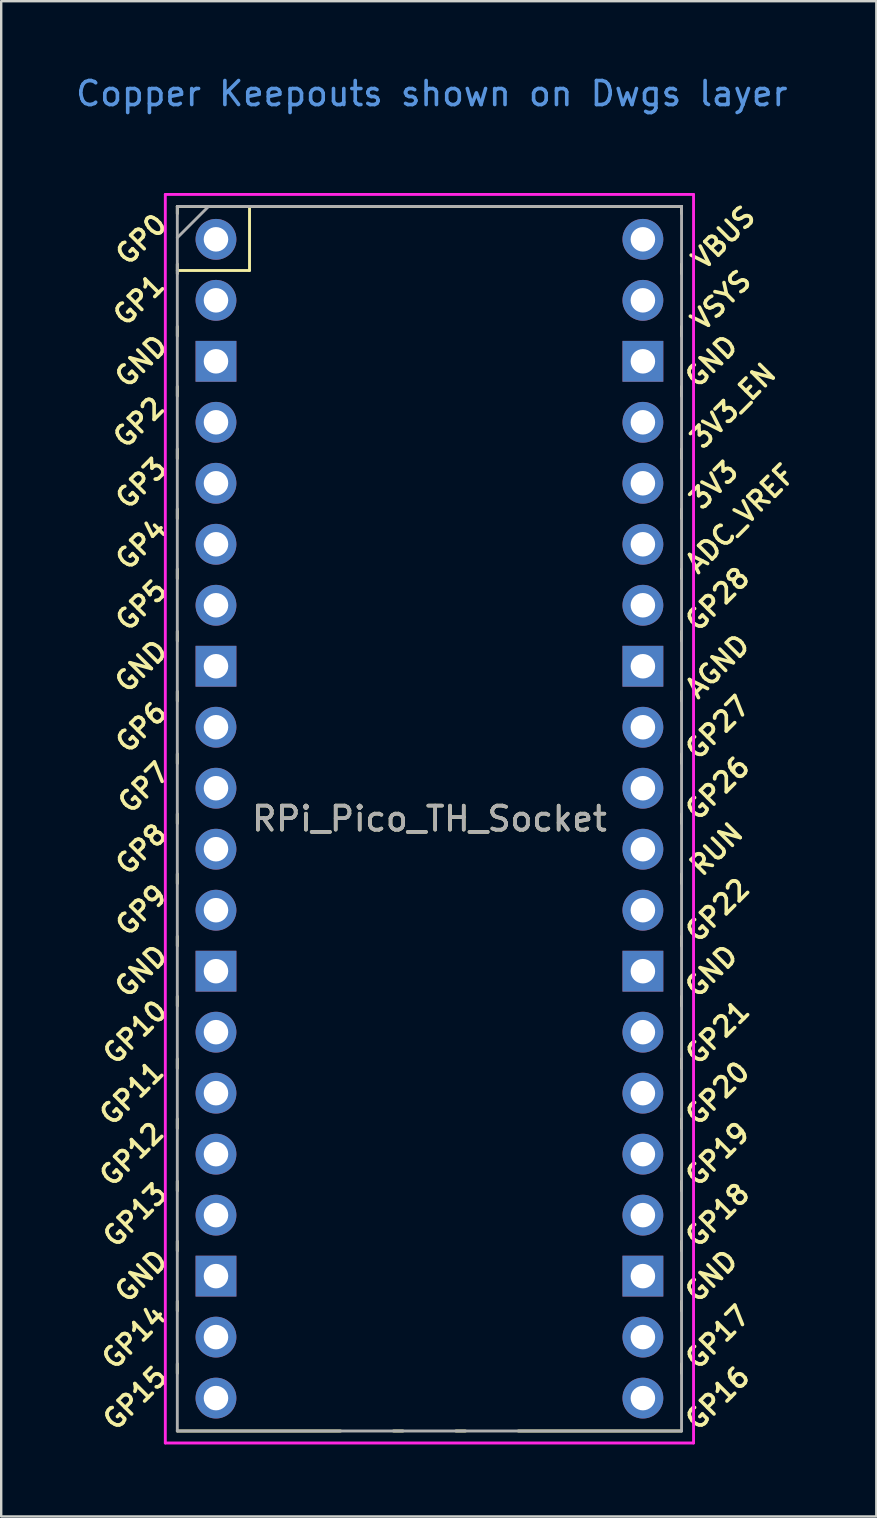
<source format=kicad_pcb>
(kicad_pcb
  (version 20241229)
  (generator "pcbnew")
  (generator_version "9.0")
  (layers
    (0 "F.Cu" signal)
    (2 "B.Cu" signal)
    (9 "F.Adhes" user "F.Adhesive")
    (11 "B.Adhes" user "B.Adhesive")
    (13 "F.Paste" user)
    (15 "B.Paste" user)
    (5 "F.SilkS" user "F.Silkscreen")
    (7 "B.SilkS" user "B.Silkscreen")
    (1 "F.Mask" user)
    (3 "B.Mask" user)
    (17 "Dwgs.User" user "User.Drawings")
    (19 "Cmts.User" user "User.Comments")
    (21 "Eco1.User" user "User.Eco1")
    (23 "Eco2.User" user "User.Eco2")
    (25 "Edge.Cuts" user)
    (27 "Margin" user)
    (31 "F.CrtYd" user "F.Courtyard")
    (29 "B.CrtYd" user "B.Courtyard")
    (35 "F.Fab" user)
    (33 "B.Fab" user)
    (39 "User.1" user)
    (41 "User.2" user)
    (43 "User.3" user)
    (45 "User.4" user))
  (footprint "RPi_Pico_TH_Socket"
    (layer "F.Cu")
    (at 14.835 31.048)
    (property "Reference" "RPi_Pico_TH_Socket" (at 0 0 0) (layer "F.SilkS") (effects (font (size 1 1) (thickness 0.15))))
    (fp_line (start -10.5 -25.5) (end -10.5 -25.2) (stroke (width 0.12) (type solid)) (layer "F.SilkS"))
    (fp_line (start -10.5 -25.5) (end 10.5 -25.5) (stroke (width 0.12) (type solid)) (layer "F.SilkS"))
    (fp_line (start -10.5 -23.1) (end -10.5 -22.7) (stroke (width 0.12) (type solid)) (layer "F.SilkS"))
    (fp_line (start -10.5 -22.833) (end -7.493 -22.833) (stroke (width 0.12) (type solid)) (layer "F.SilkS"))
    (fp_line (start -10.5 -20.5) (end -10.5 -20.1) (stroke (width 0.12) (type solid)) (layer "F.SilkS"))
    (fp_line (start -10.5 -18) (end -10.5 -17.6) (stroke (width 0.12) (type solid)) (layer "F.SilkS"))
    (fp_line (start -10.5 -15.4) (end -10.5 -15) (stroke (width 0.12) (type solid)) (layer "F.SilkS"))
    (fp_line (start -10.5 -12.9) (end -10.5 -12.5) (stroke (width 0.12) (type solid)) (layer "F.SilkS"))
    (fp_line (start -10.5 -10.4) (end -10.5 -10) (stroke (width 0.12) (type solid)) (layer "F.SilkS"))
    (fp_line (start -10.5 -7.8) (end -10.5 -7.4) (stroke (width 0.12) (type solid)) (layer "F.SilkS"))
    (fp_line (start -10.5 -5.3) (end -10.5 -4.9) (stroke (width 0.12) (type solid)) (layer "F.SilkS"))
    (fp_line (start -10.5 -2.7) (end -10.5 -2.3) (stroke (width 0.12) (type solid)) (layer "F.SilkS"))
    (fp_line (start -10.5 -0.2) (end -10.5 0.2) (stroke (width 0.12) (type solid)) (layer "F.SilkS"))
    (fp_line (start -10.5 2.3) (end -10.5 2.7) (stroke (width 0.12) (type solid)) (layer "F.SilkS"))
    (fp_line (start -10.5 4.9) (end -10.5 5.3) (stroke (width 0.12) (type solid)) (layer "F.SilkS"))
    (fp_line (start -10.5 7.4) (end -10.5 7.8) (stroke (width 0.12) (type solid)) (layer "F.SilkS"))
    (fp_line (start -10.5 10) (end -10.5 10.4) (stroke (width 0.12) (type solid)) (layer "F.SilkS"))
    (fp_line (start -10.5 12.5) (end -10.5 12.9) (stroke (width 0.12) (type solid)) (layer "F.SilkS"))
    (fp_line (start -10.5 15.1) (end -10.5 15.5) (stroke (width 0.12) (type solid)) (layer "F.SilkS"))
    (fp_line (start -10.5 17.6) (end -10.5 18) (stroke (width 0.12) (type solid)) (layer "F.SilkS"))
    (fp_line (start -10.5 20.1) (end -10.5 20.5) (stroke (width 0.12) (type solid)) (layer "F.SilkS"))
    (fp_line (start -10.5 22.7) (end -10.5 23.1) (stroke (width 0.12) (type solid)) (layer "F.SilkS"))
    (fp_line (start -7.493 -22.833) (end -7.493 -25.5) (stroke (width 0.12) (type solid)) (layer "F.SilkS"))
    (fp_line (start -3.7 25.5) (end -10.5 25.5) (stroke (width 0.12) (type solid)) (layer "F.SilkS"))
    (fp_line (start -1.5 25.5) (end -1.1 25.5) (stroke (width 0.12) (type solid)) (layer "F.SilkS"))
    (fp_line (start 1.1 25.5) (end 1.5 25.5) (stroke (width 0.12) (type solid)) (layer "F.SilkS"))
    (fp_line (start 10.5 -25.5) (end 10.5 -25.2) (stroke (width 0.12) (type solid)) (layer "F.SilkS"))
    (fp_line (start 10.5 -23.1) (end 10.5 -22.7) (stroke (width 0.12) (type solid)) (layer "F.SilkS"))
    (fp_line (start 10.5 -20.5) (end 10.5 -20.1) (stroke (width 0.12) (type solid)) (layer "F.SilkS"))
    (fp_line (start 10.5 -18) (end 10.5 -17.6) (stroke (width 0.12) (type solid)) (layer "F.SilkS"))
    (fp_line (start 10.5 -15.4) (end 10.5 -15) (stroke (width 0.12) (type solid)) (layer "F.SilkS"))
    (fp_line (start 10.5 -12.9) (end 10.5 -12.5) (stroke (width 0.12) (type solid)) (layer "F.SilkS"))
    (fp_line (start 10.5 -10.4) (end 10.5 -10) (stroke (width 0.12) (type solid)) (layer "F.SilkS"))
    (fp_line (start 10.5 -7.8) (end 10.5 -7.4) (stroke (width 0.12) (type solid)) (layer "F.SilkS"))
    (fp_line (start 10.5 -5.3) (end 10.5 -4.9) (stroke (width 0.12) (type solid)) (layer "F.SilkS"))
    (fp_line (start 10.5 -2.7) (end 10.5 -2.3) (stroke (width 0.12) (type solid)) (layer "F.SilkS"))
    (fp_line (start 10.5 -0.2) (end 10.5 0.2) (stroke (width 0.12) (type solid)) (layer "F.SilkS"))
    (fp_line (start 10.5 2.3) (end 10.5 2.7) (stroke (width 0.12) (type solid)) (layer "F.SilkS"))
    (fp_line (start 10.5 4.9) (end 10.5 5.3) (stroke (width 0.12) (type solid)) (layer "F.SilkS"))
    (fp_line (start 10.5 7.4) (end 10.5 7.8) (stroke (width 0.12) (type solid)) (layer "F.SilkS"))
    (fp_line (start 10.5 10) (end 10.5 10.4) (stroke (width 0.12) (type solid)) (layer "F.SilkS"))
    (fp_line (start 10.5 12.5) (end 10.5 12.9) (stroke (width 0.12) (type solid)) (layer "F.SilkS"))
    (fp_line (start 10.5 15.1) (end 10.5 15.5) (stroke (width 0.12) (type solid)) (layer "F.SilkS"))
    (fp_line (start 10.5 17.6) (end 10.5 18) (stroke (width 0.12) (type solid)) (layer "F.SilkS"))
    (fp_line (start 10.5 20.1) (end 10.5 20.5) (stroke (width 0.12) (type solid)) (layer "F.SilkS"))
    (fp_line (start 10.5 22.7) (end 10.5 23.1) (stroke (width 0.12) (type solid)) (layer "F.SilkS"))
    (fp_line (start 10.5 25.5) (end 3.7 25.5) (stroke (width 0.12) (type solid)) (layer "F.SilkS"))
    (fp_line (start -11 -26) (end 11 -26) (stroke (width 0.12) (type solid)) (layer "F.CrtYd"))
    (fp_line (start -11 26) (end -11 -26) (stroke (width 0.12) (type solid)) (layer "F.CrtYd"))
    (fp_line (start 11 -26) (end 11 26) (stroke (width 0.12) (type solid)) (layer "F.CrtYd"))
    (fp_line (start 11 26) (end -11 26) (stroke (width 0.12) (type solid)) (layer "F.CrtYd"))
    (fp_line (start -10.5 -25.5) (end 10.5 -25.5) (stroke (width 0.12) (type solid)) (layer "F.Fab"))
    (fp_line (start -10.5 -24.2) (end -9.2 -25.5) (stroke (width 0.12) (type solid)) (layer "F.Fab"))
    (fp_line (start -10.5 25.5) (end -10.5 -25.5) (stroke (width 0.12) (type solid)) (layer "F.Fab"))
    (fp_line (start 10.5 -25.5) (end 10.5 25.5) (stroke (width 0.12) (type solid)) (layer "F.Fab"))
    (fp_line (start 10.5 25.5) (end -10.5 25.5) (stroke (width 0.12) (type solid)) (layer "F.Fab"))
    (fp_text user "GND" (at -12 6.35 45) (layer "F.SilkS") (effects (font (size 0.8 0.8) (thickness 0.15))))
    (fp_text user "GP21" (at 12 8.9 45) (layer "F.SilkS") (effects (font (size 0.8 0.8) (thickness 0.15))))
    (fp_text user "GND" (at -12 19.05 45) (layer "F.SilkS") (effects (font (size 0.8 0.8) (thickness 0.15))))
    (fp_text user "GP19" (at 12 13.97 45) (layer "F.SilkS") (effects (font (size 0.8 0.8) (thickness 0.15))))
    (fp_text user "GP27" (at 12 -3.8 45) (layer "F.SilkS") (effects (font (size 0.8 0.8) (thickness 0.15))))
    (fp_text user "GND" (at 11.746 6.35 45) (layer "F.SilkS") (effects (font (size 0.8 0.8) (thickness 0.15))))
    (fp_text user "GP17" (at 12 21.59 45) (layer "F.SilkS") (effects (font (size 0.8 0.8) (thickness 0.15))))
    (fp_text user "GP6" (at -12 -3.81 45) (layer "F.SilkS") (effects (font (size 0.8 0.8) (thickness 0.15))))
    (fp_text user "GP4" (at -12 -11.43 45) (layer "F.SilkS") (effects (font (size 0.8 0.8) (thickness 0.15))))
    (fp_text user "GP12" (at -12.4 13.97 45) (layer "F.SilkS") (effects (font (size 0.8 0.8) (thickness 0.15))))
    (fp_text user "GP10" (at -12.254 8.89 45) (layer "F.SilkS") (effects (font (size 0.8 0.8) (thickness 0.15))))
    (fp_text user "AGND" (at 12 -6.35 45) (layer "F.SilkS") (effects (font (size 0.8 0.8) (thickness 0.15))))
    (fp_text user "GND" (at 11.746 -19.05 45) (layer "F.SilkS") (effects (font (size 0.8 0.8) (thickness 0.15))))
    (fp_text user "GND" (at -12 -6.35 45) (layer "F.SilkS") (effects (font (size 0.8 0.8) (thickness 0.15))))
    (fp_text user "GP14" (at -12.3 21.59 45) (layer "F.SilkS") (effects (font (size 0.8 0.8) (thickness 0.15))))
    (fp_text user "GP8" (at -12 1.27 45) (layer "F.SilkS") (effects (font (size 0.8 0.8) (thickness 0.15))))
    (fp_text user "GP20" (at 12 11.43 45) (layer "F.SilkS") (effects (font (size 0.8 0.8) (thickness 0.15))))
    (fp_text user "GP9" (at -12 3.81 45) (layer "F.SilkS") (effects (font (size 0.8 0.8) (thickness 0.15))))
    (fp_text user "GP18" (at 12 16.51 45) (layer "F.SilkS") (effects (font (size 0.8 0.8) (thickness 0.15))))
    (fp_text user "GP2" (at -12.1 -16.51 45) (layer "F.SilkS") (effects (font (size 0.8 0.8) (thickness 0.15))))
    (fp_text user "GND" (at -12 -19.05 45) (layer "F.SilkS") (effects (font (size 0.8 0.8) (thickness 0.15))))
    (fp_text user "VBUS" (at 12.246 -24.2 225) (layer "F.SilkS") (effects (font (size 0.8 0.8) (thickness 0.15))))
    (fp_text user "GP3" (at -12 -13.97 45) (layer "F.SilkS") (effects (font (size 0.8 0.8) (thickness 0.15))))
    (fp_text user "GP7" (at -11.9 -1.3 45) (layer "F.SilkS") (effects (font (size 0.8 0.8) (thickness 0.15))))
    (fp_text user "GND" (at 11.746 19.05 45) (layer "F.SilkS") (effects (font (size 0.8 0.8) (thickness 0.15))))
    (fp_text user "3V3_EN" (at 12.646 -17.2 45) (layer "F.SilkS") (effects (font (size 0.8 0.8) (thickness 0.15))))
    (fp_text user "GP5" (at -12 -8.89 45) (layer "F.SilkS") (effects (font (size 0.8 0.8) (thickness 0.15))))
    (fp_text user "GP13" (at -12.254 16.51 45) (layer "F.SilkS") (effects (font (size 0.8 0.8) (thickness 0.15))))
    (fp_text user "GP28" (at 12 -9.144 45) (layer "F.SilkS") (effects (font (size 0.8 0.8) (thickness 0.15))))
    (fp_text user "VSYS" (at 12.146 -21.59 45) (layer "F.SilkS") (effects (font (size 0.8 0.8) (thickness 0.15))))
    (fp_text user "ADC_VREF" (at 12.946 -12.5 45) (layer "F.SilkS") (effects (font (size 0.8 0.8) (thickness 0.15))))
    (fp_text user "GP15" (at -12.254 24.13 45) (layer "F.SilkS") (effects (font (size 0.8 0.8) (thickness 0.15))))
    (fp_text user "GP1" (at -12.1 -21.6 45) (layer "F.SilkS") (effects (font (size 0.8 0.8) (thickness 0.15))))
    (fp_text user "GP22" (at 12 3.81 45) (layer "F.SilkS") (effects (font (size 0.8 0.8) (thickness 0.15))))
    (fp_text user "RUN" (at 11.946 1.27 45) (layer "F.SilkS") (effects (font (size 0.8 0.8) (thickness 0.15))))
    (fp_text user "GP11" (at -12.4 11.43 45) (layer "F.SilkS") (effects (font (size 0.8 0.8) (thickness 0.15))))
    (fp_text user "GP0" (at -12 -24.13 45) (layer "F.SilkS") (effects (font (size 0.8 0.8) (thickness 0.15))))
    (fp_text user "GP16" (at 12 24.13 45) (layer "F.SilkS") (effects (font (size 0.8 0.8) (thickness 0.15))))
    (fp_text user "GP26" (at 12 -1.27 45) (layer "F.SilkS") (effects (font (size 0.8 0.8) (thickness 0.15))))
    (fp_text user "3V3" (at 11.846 -13.9 45) (layer "F.SilkS") (effects (font (size 0.8 0.8) (thickness 0.15))))
    (fp_text user "Copper Keepouts shown on Dwgs layer" (at 0.1 -30.2 0) (layer "Cmts.User") (effects (font (size 1 1) (thickness 0.15))))
    (fp_text user "${REFERENCE}" (at 0 0 180) (layer "F.Fab") (effects (font (size 1 1) (thickness 0.15))))
    (pad "1" thru_hole oval (at -8.89 -24.13) (size 1.7 1.7) (drill 1.02) (layers "*.Cu" "*.Mask"))
    (pad "2" thru_hole oval (at -8.89 -21.59) (size 1.7 1.7) (drill 1.02) (layers "*.Cu" "*.Mask"))
    (pad "3" thru_hole rect (at -8.89 -19.05) (size 1.7 1.7) (drill 1.02) (layers "*.Cu" "*.Mask"))
    (pad "4" thru_hole oval (at -8.89 -16.51) (size 1.7 1.7) (drill 1.02) (layers "*.Cu" "*.Mask"))
    (pad "5" thru_hole oval (at -8.89 -13.97) (size 1.7 1.7) (drill 1.02) (layers "*.Cu" "*.Mask"))
    (pad "6" thru_hole oval (at -8.89 -11.43) (size 1.7 1.7) (drill 1.02) (layers "*.Cu" "*.Mask"))
    (pad "7" thru_hole oval (at -8.89 -8.89) (size 1.7 1.7) (drill 1.02) (layers "*.Cu" "*.Mask"))
    (pad "8" thru_hole rect (at -8.89 -6.35) (size 1.7 1.7) (drill 1.02) (layers "*.Cu" "*.Mask"))
    (pad "9" thru_hole oval (at -8.89 -3.81) (size 1.7 1.7) (drill 1.02) (layers "*.Cu" "*.Mask"))
    (pad "10" thru_hole oval (at -8.89 -1.27) (size 1.7 1.7) (drill 1.02) (layers "*.Cu" "*.Mask"))
    (pad "11" thru_hole oval (at -8.89 1.27) (size 1.7 1.7) (drill 1.02) (layers "*.Cu" "*.Mask"))
    (pad "12" thru_hole oval (at -8.89 3.81) (size 1.7 1.7) (drill 1.02) (layers "*.Cu" "*.Mask"))
    (pad "13" thru_hole rect (at -8.89 6.35) (size 1.7 1.7) (drill 1.02) (layers "*.Cu" "*.Mask"))
    (pad "14" thru_hole oval (at -8.89 8.89) (size 1.7 1.7) (drill 1.02) (layers "*.Cu" "*.Mask"))
    (pad "15" thru_hole oval (at -8.89 11.43) (size 1.7 1.7) (drill 1.02) (layers "*.Cu" "*.Mask"))
    (pad "16" thru_hole oval (at -8.89 13.97) (size 1.7 1.7) (drill 1.02) (layers "*.Cu" "*.Mask"))
    (pad "17" thru_hole oval (at -8.89 16.51) (size 1.7 1.7) (drill 1.02) (layers "*.Cu" "*.Mask"))
    (pad "18" thru_hole rect (at -8.89 19.05) (size 1.7 1.7) (drill 1.02) (layers "*.Cu" "*.Mask"))
    (pad "19" thru_hole oval (at -8.89 21.59) (size 1.7 1.7) (drill 1.02) (layers "*.Cu" "*.Mask"))
    (pad "20" thru_hole oval (at -8.89 24.13) (size 1.7 1.7) (drill 1.02) (layers "*.Cu" "*.Mask"))
    (pad "21" thru_hole oval (at 8.89 24.13) (size 1.7 1.7) (drill 1.02) (layers "*.Cu" "*.Mask"))
    (pad "22" thru_hole oval (at 8.89 21.59) (size 1.7 1.7) (drill 1.02) (layers "*.Cu" "*.Mask"))
    (pad "23" thru_hole rect (at 8.89 19.05) (size 1.7 1.7) (drill 1.02) (layers "*.Cu" "*.Mask"))
    (pad "24" thru_hole oval (at 8.89 16.51) (size 1.7 1.7) (drill 1.02) (layers "*.Cu" "*.Mask"))
    (pad "25" thru_hole oval (at 8.89 13.97) (size 1.7 1.7) (drill 1.02) (layers "*.Cu" "*.Mask"))
    (pad "26" thru_hole oval (at 8.89 11.43) (size 1.7 1.7) (drill 1.02) (layers "*.Cu" "*.Mask"))
    (pad "27" thru_hole oval (at 8.89 8.89) (size 1.7 1.7) (drill 1.02) (layers "*.Cu" "*.Mask"))
    (pad "28" thru_hole rect (at 8.89 6.35) (size 1.7 1.7) (drill 1.02) (layers "*.Cu" "*.Mask"))
    (pad "29" thru_hole oval (at 8.89 3.81) (size 1.7 1.7) (drill 1.02) (layers "*.Cu" "*.Mask"))
    (pad "30" thru_hole oval (at 8.89 1.27) (size 1.7 1.7) (drill 1.02) (layers "*.Cu" "*.Mask"))
    (pad "31" thru_hole oval (at 8.89 -1.27) (size 1.7 1.7) (drill 1.02) (layers "*.Cu" "*.Mask"))
    (pad "32" thru_hole oval (at 8.89 -3.81) (size 1.7 1.7) (drill 1.02) (layers "*.Cu" "*.Mask"))
    (pad "33" thru_hole rect (at 8.89 -6.35) (size 1.7 1.7) (drill 1.02) (layers "*.Cu" "*.Mask"))
    (pad "34" thru_hole oval (at 8.89 -8.89) (size 1.7 1.7) (drill 1.02) (layers "*.Cu" "*.Mask"))
    (pad "35" thru_hole oval (at 8.89 -11.43) (size 1.7 1.7) (drill 1.02) (layers "*.Cu" "*.Mask"))
    (pad "36" thru_hole oval (at 8.89 -13.97) (size 1.7 1.7) (drill 1.02) (layers "*.Cu" "*.Mask"))
    (pad "37" thru_hole oval (at 8.89 -16.51) (size 1.7 1.7) (drill 1.02) (layers "*.Cu" "*.Mask"))
    (pad "38" thru_hole rect (at 8.89 -19.05) (size 1.7 1.7) (drill 1.02) (layers "*.Cu" "*.Mask"))
    (pad "39" thru_hole oval (at 8.89 -21.59) (size 1.7 1.7) (drill 1.02) (layers "*.Cu" "*.Mask"))
    (pad "40" thru_hole oval (at 8.89 -24.13) (size 1.7 1.7) (drill 1.02) (layers "*.Cu" "*.Mask")))
  (gr_rect
    (start -3 -3)
    (end 33.447 60.108)
    (stroke (width 0.1) (type default))
    (fill no)
    (layer "Edge.Cuts")))
</source>
